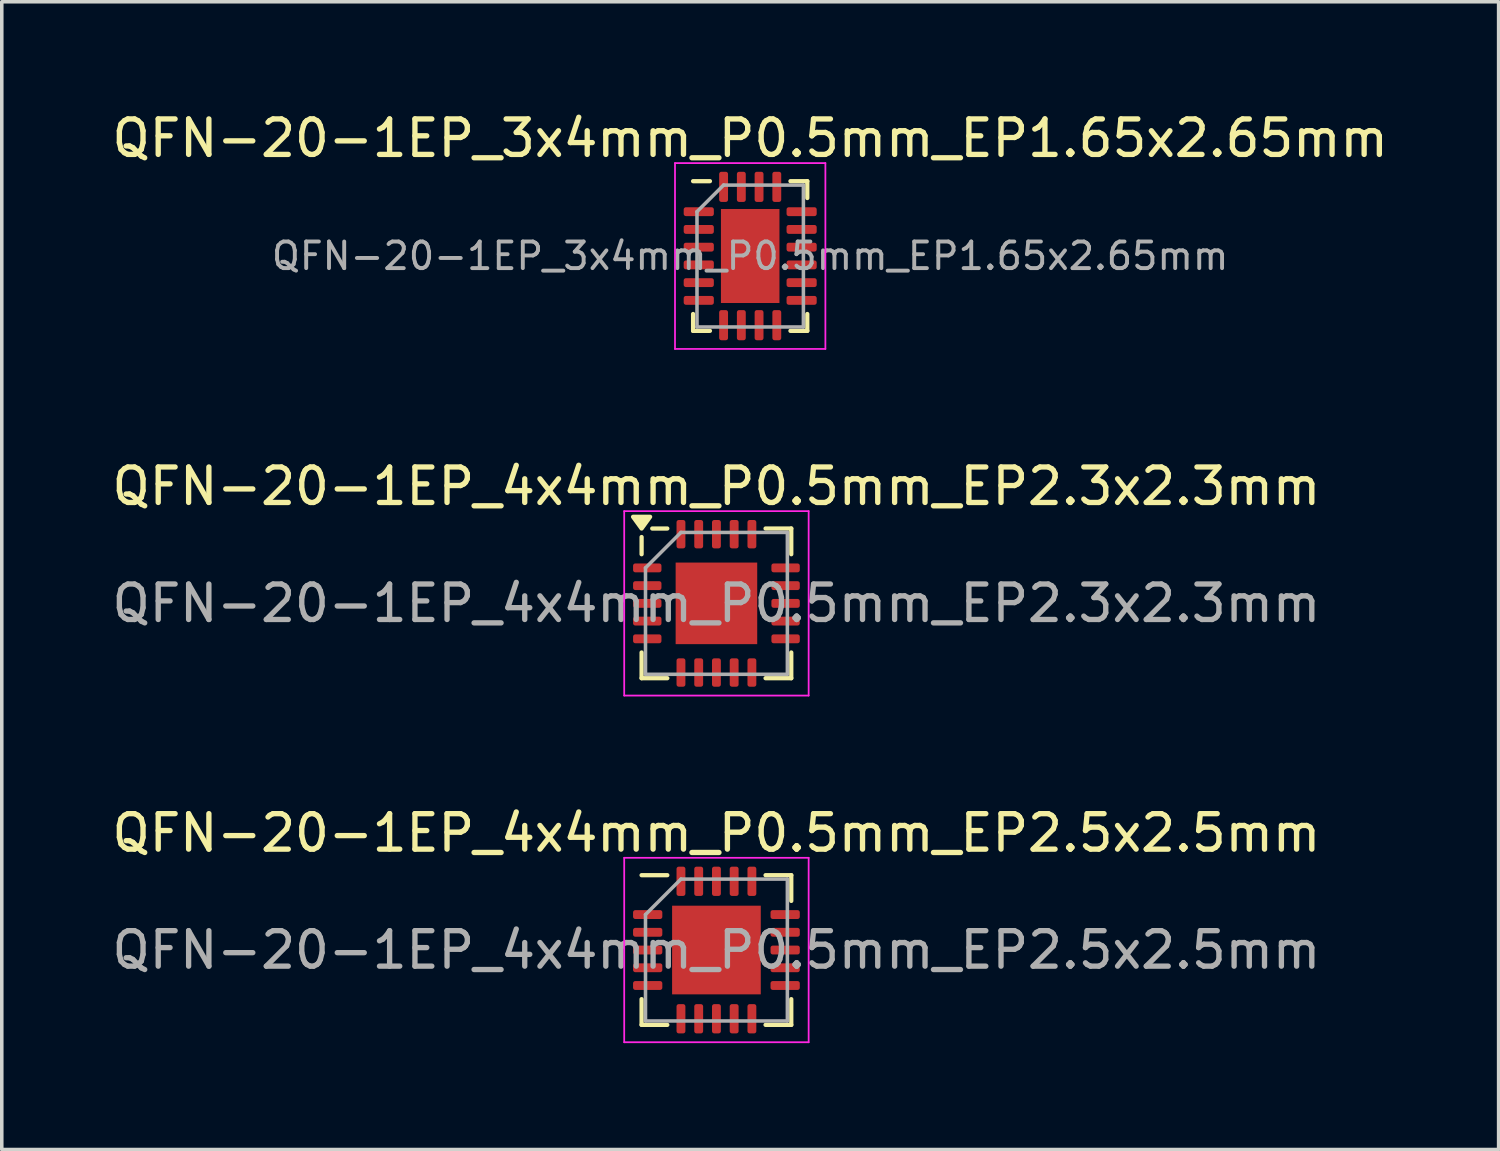
<source format=kicad_pcb>
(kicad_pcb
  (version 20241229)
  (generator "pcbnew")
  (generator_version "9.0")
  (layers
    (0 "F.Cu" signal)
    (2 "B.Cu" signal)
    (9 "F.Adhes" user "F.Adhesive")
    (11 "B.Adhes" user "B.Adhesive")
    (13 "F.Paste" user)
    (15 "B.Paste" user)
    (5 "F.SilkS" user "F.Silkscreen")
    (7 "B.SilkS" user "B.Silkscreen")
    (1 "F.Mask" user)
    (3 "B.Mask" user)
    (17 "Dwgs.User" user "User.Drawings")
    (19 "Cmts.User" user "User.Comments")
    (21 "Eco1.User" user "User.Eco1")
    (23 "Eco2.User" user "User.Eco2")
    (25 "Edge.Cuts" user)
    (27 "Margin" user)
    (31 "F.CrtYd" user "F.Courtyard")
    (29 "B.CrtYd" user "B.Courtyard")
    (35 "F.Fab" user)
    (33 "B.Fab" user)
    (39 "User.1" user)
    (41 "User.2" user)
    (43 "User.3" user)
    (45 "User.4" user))
  (footprint "QFN-20-1EP_4x4mm_P0.5mm_EP2.5x2.5mm"
    (layer "F.Cu")
    (at 17.149 23.735)
    (property "Reference" "QFN-20-1EP_4x4mm_P0.5mm_EP2.5x2.5mm" (at 0 -3.3 0) (layer "F.SilkS") (effects (font (size 1 1) (thickness 0.15))))
    (attr smd)
    (fp_line (start -2.11 2.11) (end -2.11 1.385) (stroke (width 0.12) (type solid)) (layer "F.SilkS"))
    (fp_line (start -1.385 -2.11) (end -2.11 -2.11) (stroke (width 0.12) (type solid)) (layer "F.SilkS"))
    (fp_line (start -1.385 2.11) (end -2.11 2.11) (stroke (width 0.12) (type solid)) (layer "F.SilkS"))
    (fp_line (start 1.385 -2.11) (end 2.11 -2.11) (stroke (width 0.12) (type solid)) (layer "F.SilkS"))
    (fp_line (start 1.385 2.11) (end 2.11 2.11) (stroke (width 0.12) (type solid)) (layer "F.SilkS"))
    (fp_line (start 2.11 -2.11) (end 2.11 -1.385) (stroke (width 0.12) (type solid)) (layer "F.SilkS"))
    (fp_line (start 2.11 2.11) (end 2.11 1.385) (stroke (width 0.12) (type solid)) (layer "F.SilkS"))
    (fp_line (start -2.6 -2.6) (end -2.6 2.6) (stroke (width 0.05) (type solid)) (layer "F.CrtYd"))
    (fp_line (start -2.6 2.6) (end 2.6 2.6) (stroke (width 0.05) (type solid)) (layer "F.CrtYd"))
    (fp_line (start 2.6 -2.6) (end -2.6 -2.6) (stroke (width 0.05) (type solid)) (layer "F.CrtYd"))
    (fp_line (start 2.6 2.6) (end 2.6 -2.6) (stroke (width 0.05) (type solid)) (layer "F.CrtYd"))
    (fp_line (start -2 -1) (end -1 -2) (stroke (width 0.1) (type solid)) (layer "F.Fab"))
    (fp_line (start -2 2) (end -2 -1) (stroke (width 0.1) (type solid)) (layer "F.Fab"))
    (fp_line (start -1 -2) (end 2 -2) (stroke (width 0.1) (type solid)) (layer "F.Fab"))
    (fp_line (start 2 -2) (end 2 2) (stroke (width 0.1) (type solid)) (layer "F.Fab"))
    (fp_line (start 2 2) (end -2 2) (stroke (width 0.1) (type solid)) (layer "F.Fab"))
    (fp_text user "${REFERENCE}" (at 0 0 0) (layer "F.Fab") (effects (font (size 1 1) (thickness 0.15))))
    (pad "" smd roundrect (at -0.625 -0.625) (size 1.01 1.01) (layers "F.Paste") (roundrect_rratio 0.248))
    (pad "" smd roundrect (at -0.625 0.625) (size 1.01 1.01) (layers "F.Paste") (roundrect_rratio 0.248))
    (pad "" smd roundrect (at 0.625 -0.625) (size 1.01 1.01) (layers "F.Paste") (roundrect_rratio 0.248))
    (pad "" smd roundrect (at 0.625 0.625) (size 1.01 1.01) (layers "F.Paste") (roundrect_rratio 0.248))
    (pad "1" smd roundrect (at -1.938 -1) (size 0.825 0.25) (layers "F.Cu" "F.Mask" "F.Paste") (roundrect_rratio 0.25))
    (pad "2" smd roundrect (at -1.938 -0.5) (size 0.825 0.25) (layers "F.Cu" "F.Mask" "F.Paste") (roundrect_rratio 0.25))
    (pad "3" smd roundrect (at -1.938 0) (size 0.825 0.25) (layers "F.Cu" "F.Mask" "F.Paste") (roundrect_rratio 0.25))
    (pad "4" smd roundrect (at -1.938 0.5) (size 0.825 0.25) (layers "F.Cu" "F.Mask" "F.Paste") (roundrect_rratio 0.25))
    (pad "5" smd roundrect (at -1.938 1) (size 0.825 0.25) (layers "F.Cu" "F.Mask" "F.Paste") (roundrect_rratio 0.25))
    (pad "6" smd roundrect (at -1 1.938) (size 0.25 0.825) (layers "F.Cu" "F.Mask" "F.Paste") (roundrect_rratio 0.25))
    (pad "7" smd roundrect (at -0.5 1.938) (size 0.25 0.825) (layers "F.Cu" "F.Mask" "F.Paste") (roundrect_rratio 0.25))
    (pad "8" smd roundrect (at 0 1.938) (size 0.25 0.825) (layers "F.Cu" "F.Mask" "F.Paste") (roundrect_rratio 0.25))
    (pad "9" smd roundrect (at 0.5 1.938) (size 0.25 0.825) (layers "F.Cu" "F.Mask" "F.Paste") (roundrect_rratio 0.25))
    (pad "10" smd roundrect (at 1 1.938) (size 0.25 0.825) (layers "F.Cu" "F.Mask" "F.Paste") (roundrect_rratio 0.25))
    (pad "11" smd roundrect (at 1.938 1) (size 0.825 0.25) (layers "F.Cu" "F.Mask" "F.Paste") (roundrect_rratio 0.25))
    (pad "12" smd roundrect (at 1.938 0.5) (size 0.825 0.25) (layers "F.Cu" "F.Mask" "F.Paste") (roundrect_rratio 0.25))
    (pad "13" smd roundrect (at 1.938 0) (size 0.825 0.25) (layers "F.Cu" "F.Mask" "F.Paste") (roundrect_rratio 0.25))
    (pad "14" smd roundrect (at 1.938 -0.5) (size 0.825 0.25) (layers "F.Cu" "F.Mask" "F.Paste") (roundrect_rratio 0.25))
    (pad "15" smd roundrect (at 1.938 -1) (size 0.825 0.25) (layers "F.Cu" "F.Mask" "F.Paste") (roundrect_rratio 0.25))
    (pad "16" smd roundrect (at 1 -1.938) (size 0.25 0.825) (layers "F.Cu" "F.Mask" "F.Paste") (roundrect_rratio 0.25))
    (pad "17" smd roundrect (at 0.5 -1.938) (size 0.25 0.825) (layers "F.Cu" "F.Mask" "F.Paste") (roundrect_rratio 0.25))
    (pad "18" smd roundrect (at 0 -1.938) (size 0.25 0.825) (layers "F.Cu" "F.Mask" "F.Paste") (roundrect_rratio 0.25))
    (pad "19" smd roundrect (at -0.5 -1.938) (size 0.25 0.825) (layers "F.Cu" "F.Mask" "F.Paste") (roundrect_rratio 0.25))
    (pad "20" smd roundrect (at -1 -1.938) (size 0.25 0.825) (layers "F.Cu" "F.Mask" "F.Paste") (roundrect_rratio 0.25))
    (pad "21" smd rect (at 0 0) (size 2.5 2.5) (layers "F.Cu" "F.Mask")))
  (footprint "QFN-20-1EP_3x4mm_P0.5mm_EP1.65x2.65mm"
    (layer "F.Cu")
    (at 18.101 4.168)
    (property "Reference" "QFN-20-1EP_3x4mm_P0.5mm_EP1.65x2.65mm" (at 0 -3.32 0) (layer "F.SilkS") (effects (font (size 1 1) (thickness 0.15))))
    (attr smd)
    (fp_line (start -1.61 2.11) (end -1.61 1.635) (stroke (width 0.12) (type solid)) (layer "F.SilkS"))
    (fp_line (start -1.135 -2.11) (end -1.61 -2.11) (stroke (width 0.12) (type solid)) (layer "F.SilkS"))
    (fp_line (start -1.135 2.11) (end -1.61 2.11) (stroke (width 0.12) (type solid)) (layer "F.SilkS"))
    (fp_line (start 1.135 -2.11) (end 1.61 -2.11) (stroke (width 0.12) (type solid)) (layer "F.SilkS"))
    (fp_line (start 1.135 2.11) (end 1.61 2.11) (stroke (width 0.12) (type solid)) (layer "F.SilkS"))
    (fp_line (start 1.61 -2.11) (end 1.61 -1.635) (stroke (width 0.12) (type solid)) (layer "F.SilkS"))
    (fp_line (start 1.61 2.11) (end 1.61 1.635) (stroke (width 0.12) (type solid)) (layer "F.SilkS"))
    (fp_line (start -2.12 -2.62) (end -2.12 2.62) (stroke (width 0.05) (type solid)) (layer "F.CrtYd"))
    (fp_line (start -2.12 2.62) (end 2.12 2.62) (stroke (width 0.05) (type solid)) (layer "F.CrtYd"))
    (fp_line (start 2.12 -2.62) (end -2.12 -2.62) (stroke (width 0.05) (type solid)) (layer "F.CrtYd"))
    (fp_line (start 2.12 2.62) (end 2.12 -2.62) (stroke (width 0.05) (type solid)) (layer "F.CrtYd"))
    (fp_line (start -1.5 -1.25) (end -0.75 -2) (stroke (width 0.1) (type solid)) (layer "F.Fab"))
    (fp_line (start -1.5 2) (end -1.5 -1.25) (stroke (width 0.1) (type solid)) (layer "F.Fab"))
    (fp_line (start -0.75 -2) (end 1.5 -2) (stroke (width 0.1) (type solid)) (layer "F.Fab"))
    (fp_line (start 1.5 -2) (end 1.5 2) (stroke (width 0.1) (type solid)) (layer "F.Fab"))
    (fp_line (start 1.5 2) (end -1.5 2) (stroke (width 0.1) (type solid)) (layer "F.Fab"))
    (fp_text user "${REFERENCE}" (at 0 0 0) (layer "F.Fab") (effects (font (size 0.75 0.75) (thickness 0.11))))
    (pad "" smd roundrect (at -0.41 -0.66) (size 0.67 1.07) (layers "F.Paste") (roundrect_rratio 0.25))
    (pad "" smd roundrect (at -0.41 0.66) (size 0.67 1.07) (layers "F.Paste") (roundrect_rratio 0.25))
    (pad "" smd roundrect (at 0.41 -0.66) (size 0.67 1.07) (layers "F.Paste") (roundrect_rratio 0.25))
    (pad "" smd roundrect (at 0.41 0.66) (size 0.67 1.07) (layers "F.Paste") (roundrect_rratio 0.25))
    (pad "1" smd roundrect (at -1.45 -1.25) (size 0.85 0.25) (layers "F.Cu" "F.Mask" "F.Paste") (roundrect_rratio 0.25))
    (pad "2" smd roundrect (at -1.45 -0.75) (size 0.85 0.25) (layers "F.Cu" "F.Mask" "F.Paste") (roundrect_rratio 0.25))
    (pad "3" smd roundrect (at -1.45 -0.25) (size 0.85 0.25) (layers "F.Cu" "F.Mask" "F.Paste") (roundrect_rratio 0.25))
    (pad "4" smd roundrect (at -1.45 0.25) (size 0.85 0.25) (layers "F.Cu" "F.Mask" "F.Paste") (roundrect_rratio 0.25))
    (pad "5" smd roundrect (at -1.45 0.75) (size 0.85 0.25) (layers "F.Cu" "F.Mask" "F.Paste") (roundrect_rratio 0.25))
    (pad "6" smd roundrect (at -1.45 1.25) (size 0.85 0.25) (layers "F.Cu" "F.Mask" "F.Paste") (roundrect_rratio 0.25))
    (pad "7" smd roundrect (at -0.75 1.95) (size 0.25 0.85) (layers "F.Cu" "F.Mask" "F.Paste") (roundrect_rratio 0.25))
    (pad "8" smd roundrect (at -0.25 1.95) (size 0.25 0.85) (layers "F.Cu" "F.Mask" "F.Paste") (roundrect_rratio 0.25))
    (pad "9" smd roundrect (at 0.25 1.95) (size 0.25 0.85) (layers "F.Cu" "F.Mask" "F.Paste") (roundrect_rratio 0.25))
    (pad "10" smd roundrect (at 0.75 1.95) (size 0.25 0.85) (layers "F.Cu" "F.Mask" "F.Paste") (roundrect_rratio 0.25))
    (pad "11" smd roundrect (at 1.45 1.25) (size 0.85 0.25) (layers "F.Cu" "F.Mask" "F.Paste") (roundrect_rratio 0.25))
    (pad "12" smd roundrect (at 1.45 0.75) (size 0.85 0.25) (layers "F.Cu" "F.Mask" "F.Paste") (roundrect_rratio 0.25))
    (pad "13" smd roundrect (at 1.45 0.25) (size 0.85 0.25) (layers "F.Cu" "F.Mask" "F.Paste") (roundrect_rratio 0.25))
    (pad "14" smd roundrect (at 1.45 -0.25) (size 0.85 0.25) (layers "F.Cu" "F.Mask" "F.Paste") (roundrect_rratio 0.25))
    (pad "15" smd roundrect (at 1.45 -0.75) (size 0.85 0.25) (layers "F.Cu" "F.Mask" "F.Paste") (roundrect_rratio 0.25))
    (pad "16" smd roundrect (at 1.45 -1.25) (size 0.85 0.25) (layers "F.Cu" "F.Mask" "F.Paste") (roundrect_rratio 0.25))
    (pad "17" smd roundrect (at 0.75 -1.95) (size 0.25 0.85) (layers "F.Cu" "F.Mask" "F.Paste") (roundrect_rratio 0.25))
    (pad "18" smd roundrect (at 0.25 -1.95) (size 0.25 0.85) (layers "F.Cu" "F.Mask" "F.Paste") (roundrect_rratio 0.25))
    (pad "19" smd roundrect (at -0.25 -1.95) (size 0.25 0.85) (layers "F.Cu" "F.Mask" "F.Paste") (roundrect_rratio 0.25))
    (pad "20" smd roundrect (at -0.75 -1.95) (size 0.25 0.85) (layers "F.Cu" "F.Mask" "F.Paste") (roundrect_rratio 0.25))
    (pad "21" smd rect (at 0 0) (size 1.65 2.65) (layers "F.Cu" "F.Mask")))
  (footprint "QFN-20-1EP_4x4mm_P0.5mm_EP2.3x2.3mm"
    (layer "F.Cu")
    (at 17.149 13.961)
    (property "Reference" "QFN-20-1EP_4x4mm_P0.5mm_EP2.3x2.3mm" (at 0 -3.3 0) (layer "F.SilkS") (effects (font (size 1 1) (thickness 0.15))))
    (attr smd)
    (fp_line (start -2.11 -1.385) (end -2.11 -1.87) (stroke (width 0.12) (type solid)) (layer "F.SilkS"))
    (fp_line (start -2.11 2.11) (end -2.11 1.385) (stroke (width 0.12) (type solid)) (layer "F.SilkS"))
    (fp_line (start -1.385 -2.11) (end -1.81 -2.11) (stroke (width 0.12) (type solid)) (layer "F.SilkS"))
    (fp_line (start -1.385 2.11) (end -2.11 2.11) (stroke (width 0.12) (type solid)) (layer "F.SilkS"))
    (fp_line (start 1.385 -2.11) (end 2.11 -2.11) (stroke (width 0.12) (type solid)) (layer "F.SilkS"))
    (fp_line (start 1.385 2.11) (end 2.11 2.11) (stroke (width 0.12) (type solid)) (layer "F.SilkS"))
    (fp_line (start 2.11 -2.11) (end 2.11 -1.385) (stroke (width 0.12) (type solid)) (layer "F.SilkS"))
    (fp_line (start 2.11 2.11) (end 2.11 1.385) (stroke (width 0.12) (type solid)) (layer "F.SilkS"))
    (fp_poly (pts (xy -2.11 -2.11) (xy -2.35 -2.44) (xy -1.87 -2.44) (xy -2.11 -2.11)) (stroke (width 0.12) (type solid)) (fill yes) (layer "F.SilkS"))
    (fp_line (start -2.6 -2.6) (end -2.6 2.6) (stroke (width 0.05) (type solid)) (layer "F.CrtYd"))
    (fp_line (start -2.6 2.6) (end 2.6 2.6) (stroke (width 0.05) (type solid)) (layer "F.CrtYd"))
    (fp_line (start 2.6 -2.6) (end -2.6 -2.6) (stroke (width 0.05) (type solid)) (layer "F.CrtYd"))
    (fp_line (start 2.6 2.6) (end 2.6 -2.6) (stroke (width 0.05) (type solid)) (layer "F.CrtYd"))
    (fp_line (start -2 -1) (end -1 -2) (stroke (width 0.1) (type solid)) (layer "F.Fab"))
    (fp_line (start -2 2) (end -2 -1) (stroke (width 0.1) (type solid)) (layer "F.Fab"))
    (fp_line (start -1 -2) (end 2 -2) (stroke (width 0.1) (type solid)) (layer "F.Fab"))
    (fp_line (start 2 -2) (end 2 2) (stroke (width 0.1) (type solid)) (layer "F.Fab"))
    (fp_line (start 2 2) (end -2 2) (stroke (width 0.1) (type solid)) (layer "F.Fab"))
    (fp_text user "${REFERENCE}" (at 0 0 0) (layer "F.Fab") (effects (font (size 1 1) (thickness 0.15))))
    (pad "" smd roundrect (at -0.575 -0.575) (size 0.93 0.93) (layers "F.Paste") (roundrect_rratio 0.25))
    (pad "" smd roundrect (at -0.575 0.575) (size 0.93 0.93) (layers "F.Paste") (roundrect_rratio 0.25))
    (pad "" smd roundrect (at 0.575 -0.575) (size 0.93 0.93) (layers "F.Paste") (roundrect_rratio 0.25))
    (pad "" smd roundrect (at 0.575 0.575) (size 0.93 0.93) (layers "F.Paste") (roundrect_rratio 0.25))
    (pad "1" smd roundrect (at -1.95 -1) (size 0.8 0.25) (layers "F.Cu" "F.Mask" "F.Paste") (roundrect_rratio 0.25))
    (pad "2" smd roundrect (at -1.95 -0.5) (size 0.8 0.25) (layers "F.Cu" "F.Mask" "F.Paste") (roundrect_rratio 0.25))
    (pad "3" smd roundrect (at -1.95 0) (size 0.8 0.25) (layers "F.Cu" "F.Mask" "F.Paste") (roundrect_rratio 0.25))
    (pad "4" smd roundrect (at -1.95 0.5) (size 0.8 0.25) (layers "F.Cu" "F.Mask" "F.Paste") (roundrect_rratio 0.25))
    (pad "5" smd roundrect (at -1.95 1) (size 0.8 0.25) (layers "F.Cu" "F.Mask" "F.Paste") (roundrect_rratio 0.25))
    (pad "6" smd roundrect (at -1 1.95) (size 0.25 0.8) (layers "F.Cu" "F.Mask" "F.Paste") (roundrect_rratio 0.25))
    (pad "7" smd roundrect (at -0.5 1.95) (size 0.25 0.8) (layers "F.Cu" "F.Mask" "F.Paste") (roundrect_rratio 0.25))
    (pad "8" smd roundrect (at 0 1.95) (size 0.25 0.8) (layers "F.Cu" "F.Mask" "F.Paste") (roundrect_rratio 0.25))
    (pad "9" smd roundrect (at 0.5 1.95) (size 0.25 0.8) (layers "F.Cu" "F.Mask" "F.Paste") (roundrect_rratio 0.25))
    (pad "10" smd roundrect (at 1 1.95) (size 0.25 0.8) (layers "F.Cu" "F.Mask" "F.Paste") (roundrect_rratio 0.25))
    (pad "11" smd roundrect (at 1.95 1) (size 0.8 0.25) (layers "F.Cu" "F.Mask" "F.Paste") (roundrect_rratio 0.25))
    (pad "12" smd roundrect (at 1.95 0.5) (size 0.8 0.25) (layers "F.Cu" "F.Mask" "F.Paste") (roundrect_rratio 0.25))
    (pad "13" smd roundrect (at 1.95 0) (size 0.8 0.25) (layers "F.Cu" "F.Mask" "F.Paste") (roundrect_rratio 0.25))
    (pad "14" smd roundrect (at 1.95 -0.5) (size 0.8 0.25) (layers "F.Cu" "F.Mask" "F.Paste") (roundrect_rratio 0.25))
    (pad "15" smd roundrect (at 1.95 -1) (size 0.8 0.25) (layers "F.Cu" "F.Mask" "F.Paste") (roundrect_rratio 0.25))
    (pad "16" smd roundrect (at 1 -1.95) (size 0.25 0.8) (layers "F.Cu" "F.Mask" "F.Paste") (roundrect_rratio 0.25))
    (pad "17" smd roundrect (at 0.5 -1.95) (size 0.25 0.8) (layers "F.Cu" "F.Mask" "F.Paste") (roundrect_rratio 0.25))
    (pad "18" smd roundrect (at 0 -1.95) (size 0.25 0.8) (layers "F.Cu" "F.Mask" "F.Paste") (roundrect_rratio 0.25))
    (pad "19" smd roundrect (at -0.5 -1.95) (size 0.25 0.8) (layers "F.Cu" "F.Mask" "F.Paste") (roundrect_rratio 0.25))
    (pad "20" smd roundrect (at -1 -1.95) (size 0.25 0.8) (layers "F.Cu" "F.Mask" "F.Paste") (roundrect_rratio 0.25))
    (pad "21" smd rect (at 0 0) (size 2.3 2.3) (property pad_prop_heatsink) (layers "F.Cu" "F.Mask")))
  (gr_rect
    (start -3 -3)
    (end 39.202 29.36)
    (stroke (width 0.1) (type default))
    (fill no)
    (layer "Edge.Cuts")))
</source>
